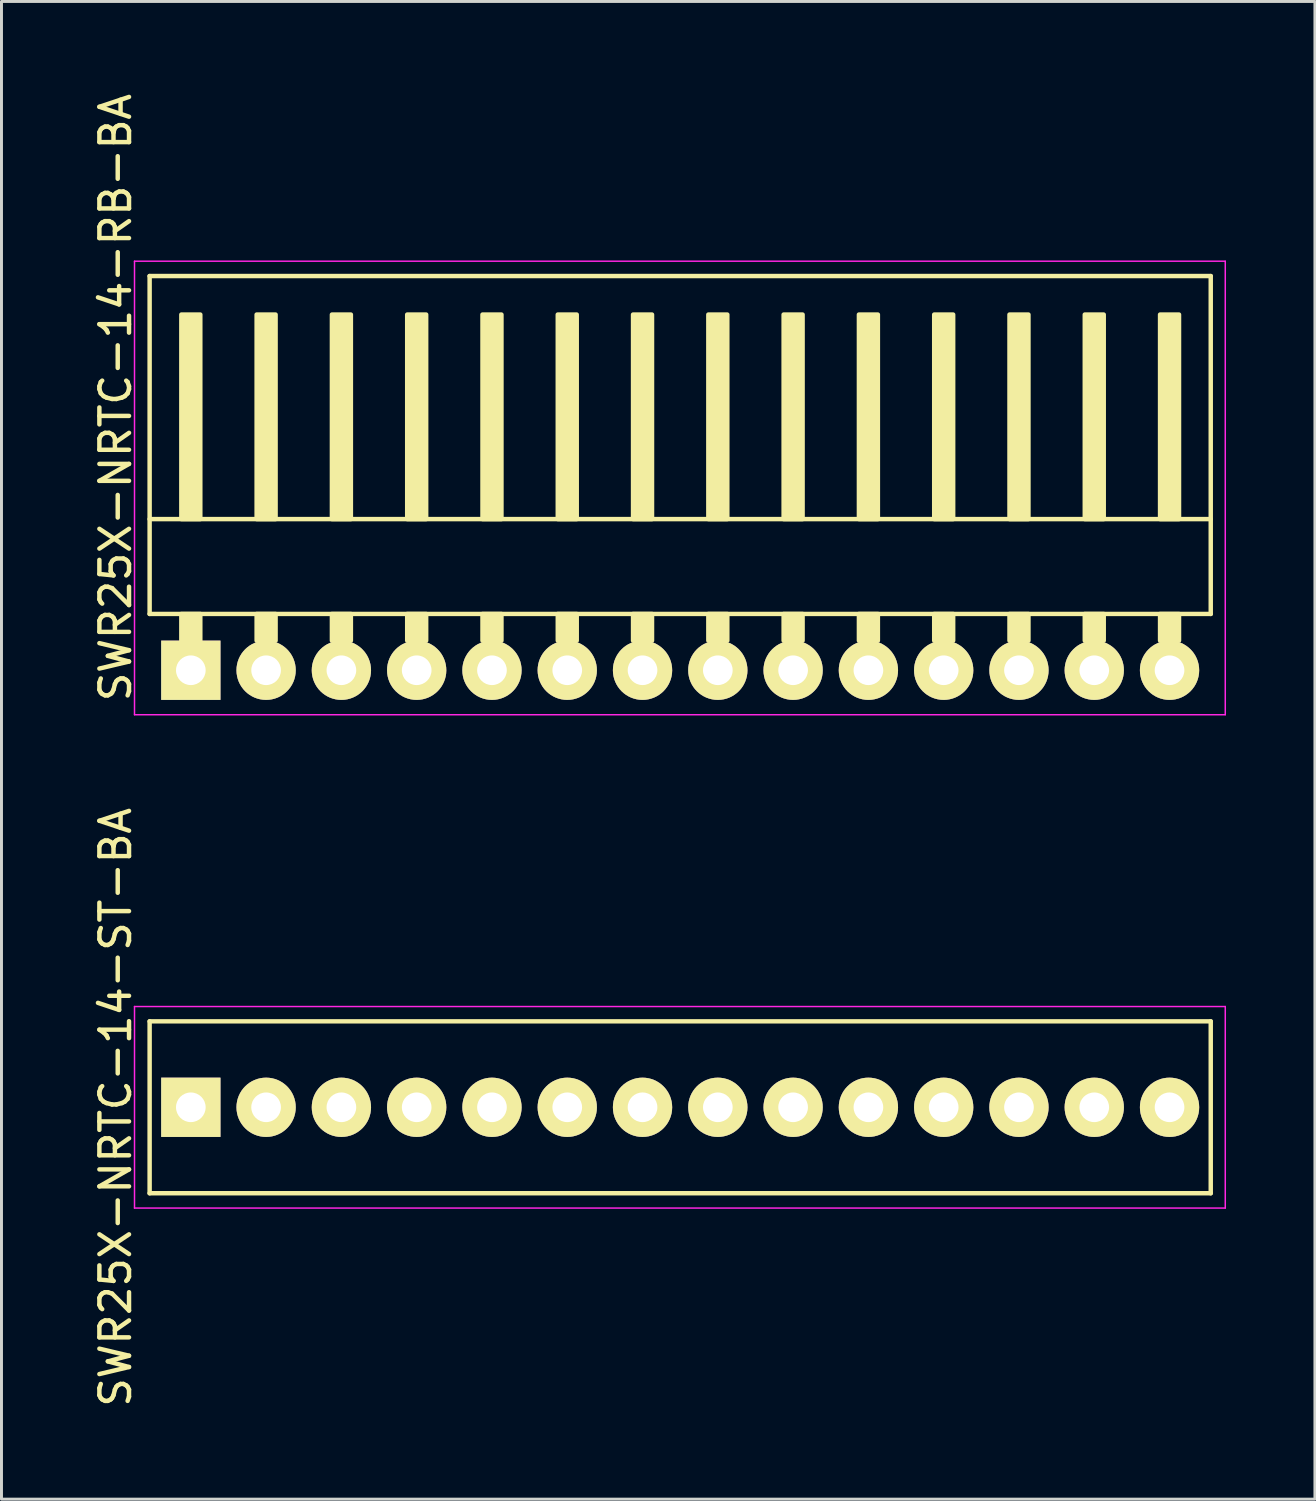
<source format=kicad_pcb>
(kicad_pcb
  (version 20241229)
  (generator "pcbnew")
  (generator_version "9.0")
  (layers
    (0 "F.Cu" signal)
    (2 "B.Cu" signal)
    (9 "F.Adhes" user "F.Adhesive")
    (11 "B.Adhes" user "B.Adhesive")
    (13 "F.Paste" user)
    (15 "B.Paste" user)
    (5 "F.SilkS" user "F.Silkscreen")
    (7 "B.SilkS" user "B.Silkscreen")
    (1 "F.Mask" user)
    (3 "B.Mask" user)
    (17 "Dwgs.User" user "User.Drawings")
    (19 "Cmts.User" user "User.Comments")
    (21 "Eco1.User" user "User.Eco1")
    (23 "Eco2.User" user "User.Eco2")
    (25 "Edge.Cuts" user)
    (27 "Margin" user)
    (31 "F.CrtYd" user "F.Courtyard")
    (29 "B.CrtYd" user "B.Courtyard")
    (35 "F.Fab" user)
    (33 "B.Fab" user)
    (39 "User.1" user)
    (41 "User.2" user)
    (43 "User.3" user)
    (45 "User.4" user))
  (footprint "SWR25X-NRTC-14-RB-BA"
    (layer "F.Cu")
    (at 3.388 19.563)
    (property "Reference" "SWR25X-NRTC-14-RB-BA" (at -2.54 -9.2 270) (layer "F.SilkS") (effects (font (size 1 1) (thickness 0.15))))
    (attr through_hole)
    (fp_line (start -1.39 -13.3) (end -1.39 -1.9) (stroke (width 0.15) (type solid)) (layer "F.SilkS"))
    (fp_line (start -1.39 -13.3) (end 34.41 -13.3) (stroke (width 0.15) (type solid)) (layer "F.SilkS"))
    (fp_line (start -1.39 -5.1) (end 34.41 -5.1) (stroke (width 0.15) (type solid)) (layer "F.SilkS"))
    (fp_line (start -1.39 -1.9) (end 34.41 -1.9) (stroke (width 0.15) (type solid)) (layer "F.SilkS"))
    (fp_line (start 34.41 -13.3) (end 34.41 -1.9) (stroke (width 0.15) (type solid)) (layer "F.SilkS"))
    (fp_poly (pts (xy 0.32 -5.1) (xy -0.32 -5.1) (xy -0.32 -12) (xy 0.32 -12)) (stroke (width 0.15) (type solid)) (fill yes) (layer "F.SilkS"))
    (fp_poly (pts (xy 0.32 -1.9) (xy -0.32 -1.9) (xy -0.32 -1) (xy 0.32 -1)) (stroke (width 0.15) (type solid)) (fill yes) (layer "F.SilkS"))
    (fp_poly (pts (xy 2.86 -5.1) (xy 2.22 -5.1) (xy 2.22 -12) (xy 2.86 -12)) (stroke (width 0.15) (type solid)) (fill yes) (layer "F.SilkS"))
    (fp_poly (pts (xy 2.86 -1.9) (xy 2.22 -1.9) (xy 2.22 -1) (xy 2.86 -1)) (stroke (width 0.15) (type solid)) (fill yes) (layer "F.SilkS"))
    (fp_poly (pts (xy 5.4 -5.1) (xy 4.76 -5.1) (xy 4.76 -12) (xy 5.4 -12)) (stroke (width 0.15) (type solid)) (fill yes) (layer "F.SilkS"))
    (fp_poly (pts (xy 5.4 -1.9) (xy 4.76 -1.9) (xy 4.76 -1) (xy 5.4 -1)) (stroke (width 0.15) (type solid)) (fill yes) (layer "F.SilkS"))
    (fp_poly (pts (xy 7.94 -5.1) (xy 7.3 -5.1) (xy 7.3 -12) (xy 7.94 -12)) (stroke (width 0.15) (type solid)) (fill yes) (layer "F.SilkS"))
    (fp_poly (pts (xy 7.94 -1.9) (xy 7.3 -1.9) (xy 7.3 -1) (xy 7.94 -1)) (stroke (width 0.15) (type solid)) (fill yes) (layer "F.SilkS"))
    (fp_poly (pts (xy 10.48 -5.1) (xy 9.84 -5.1) (xy 9.84 -12) (xy 10.48 -12)) (stroke (width 0.15) (type solid)) (fill yes) (layer "F.SilkS"))
    (fp_poly (pts (xy 10.48 -1.9) (xy 9.84 -1.9) (xy 9.84 -1) (xy 10.48 -1)) (stroke (width 0.15) (type solid)) (fill yes) (layer "F.SilkS"))
    (fp_poly (pts (xy 13.02 -5.1) (xy 12.38 -5.1) (xy 12.38 -12) (xy 13.02 -12)) (stroke (width 0.15) (type solid)) (fill yes) (layer "F.SilkS"))
    (fp_poly (pts (xy 13.02 -1.9) (xy 12.38 -1.9) (xy 12.38 -1) (xy 13.02 -1)) (stroke (width 0.15) (type solid)) (fill yes) (layer "F.SilkS"))
    (fp_poly (pts (xy 15.56 -5.1) (xy 14.92 -5.1) (xy 14.92 -12) (xy 15.56 -12)) (stroke (width 0.15) (type solid)) (fill yes) (layer "F.SilkS"))
    (fp_poly (pts (xy 15.56 -1.9) (xy 14.92 -1.9) (xy 14.92 -1) (xy 15.56 -1)) (stroke (width 0.15) (type solid)) (fill yes) (layer "F.SilkS"))
    (fp_poly (pts (xy 18.1 -5.1) (xy 17.46 -5.1) (xy 17.46 -12) (xy 18.1 -12)) (stroke (width 0.15) (type solid)) (fill yes) (layer "F.SilkS"))
    (fp_poly (pts (xy 18.1 -1.9) (xy 17.46 -1.9) (xy 17.46 -1) (xy 18.1 -1)) (stroke (width 0.15) (type solid)) (fill yes) (layer "F.SilkS"))
    (fp_poly (pts (xy 20.64 -5.1) (xy 20 -5.1) (xy 20 -12) (xy 20.64 -12)) (stroke (width 0.15) (type solid)) (fill yes) (layer "F.SilkS"))
    (fp_poly (pts (xy 20.64 -1.9) (xy 20 -1.9) (xy 20 -1) (xy 20.64 -1)) (stroke (width 0.15) (type solid)) (fill yes) (layer "F.SilkS"))
    (fp_poly (pts (xy 23.18 -5.1) (xy 22.54 -5.1) (xy 22.54 -12) (xy 23.18 -12)) (stroke (width 0.15) (type solid)) (fill yes) (layer "F.SilkS"))
    (fp_poly (pts (xy 23.18 -1.9) (xy 22.54 -1.9) (xy 22.54 -1) (xy 23.18 -1)) (stroke (width 0.15) (type solid)) (fill yes) (layer "F.SilkS"))
    (fp_poly (pts (xy 25.72 -5.1) (xy 25.08 -5.1) (xy 25.08 -12) (xy 25.72 -12)) (stroke (width 0.15) (type solid)) (fill yes) (layer "F.SilkS"))
    (fp_poly (pts (xy 25.72 -1.9) (xy 25.08 -1.9) (xy 25.08 -1) (xy 25.72 -1)) (stroke (width 0.15) (type solid)) (fill yes) (layer "F.SilkS"))
    (fp_poly (pts (xy 28.26 -5.1) (xy 27.62 -5.1) (xy 27.62 -12) (xy 28.26 -12)) (stroke (width 0.15) (type solid)) (fill yes) (layer "F.SilkS"))
    (fp_poly (pts (xy 28.26 -1.9) (xy 27.62 -1.9) (xy 27.62 -1) (xy 28.26 -1)) (stroke (width 0.15) (type solid)) (fill yes) (layer "F.SilkS"))
    (fp_poly (pts (xy 30.8 -5.1) (xy 30.16 -5.1) (xy 30.16 -12) (xy 30.8 -12)) (stroke (width 0.15) (type solid)) (fill yes) (layer "F.SilkS"))
    (fp_poly (pts (xy 30.8 -1.9) (xy 30.16 -1.9) (xy 30.16 -1) (xy 30.8 -1)) (stroke (width 0.15) (type solid)) (fill yes) (layer "F.SilkS"))
    (fp_poly (pts (xy 33.34 -5.1) (xy 32.7 -5.1) (xy 32.7 -12) (xy 33.34 -12)) (stroke (width 0.15) (type solid)) (fill yes) (layer "F.SilkS"))
    (fp_poly (pts (xy 33.34 -1.9) (xy 32.7 -1.9) (xy 32.7 -1) (xy 33.34 -1)) (stroke (width 0.15) (type solid)) (fill yes) (layer "F.SilkS"))
    (fp_line (start -1.9 -13.8) (end -1.9 1.5) (stroke (width 0.05) (type solid)) (layer "F.CrtYd"))
    (fp_line (start -1.9 -13.8) (end 34.9 -13.8) (stroke (width 0.05) (type solid)) (layer "F.CrtYd"))
    (fp_line (start -1.9 1.5) (end 34.9 1.5) (stroke (width 0.05) (type solid)) (layer "F.CrtYd"))
    (fp_line (start 34.9 -13.8) (end 34.9 1.5) (stroke (width 0.05) (type solid)) (layer "F.CrtYd"))
    (pad "1" thru_hole rect (at 0 0) (size 2 2) (drill 1) (layers "*.Cu" "*.Mask" "F.SilkS"))
    (pad "2" thru_hole circle (at 2.54 0) (size 2 2) (drill 1) (layers "*.Cu" "*.Mask" "F.SilkS"))
    (pad "3" thru_hole circle (at 5.08 0) (size 2 2) (drill 1) (layers "*.Cu" "*.Mask" "F.SilkS"))
    (pad "4" thru_hole circle (at 7.62 0) (size 2 2) (drill 1) (layers "*.Cu" "*.Mask" "F.SilkS"))
    (pad "5" thru_hole circle (at 10.16 0) (size 2 2) (drill 1) (layers "*.Cu" "*.Mask" "F.SilkS"))
    (pad "6" thru_hole circle (at 12.7 0) (size 2 2) (drill 1) (layers "*.Cu" "*.Mask" "F.SilkS"))
    (pad "7" thru_hole circle (at 15.24 0) (size 2 2) (drill 1) (layers "*.Cu" "*.Mask" "F.SilkS"))
    (pad "8" thru_hole circle (at 17.78 0) (size 2 2) (drill 1) (layers "*.Cu" "*.Mask" "F.SilkS"))
    (pad "9" thru_hole circle (at 20.32 0) (size 2 2) (drill 1) (layers "*.Cu" "*.Mask" "F.SilkS"))
    (pad "10" thru_hole circle (at 22.86 0) (size 2 2) (drill 1) (layers "*.Cu" "*.Mask" "F.SilkS"))
    (pad "11" thru_hole circle (at 25.4 0) (size 2 2) (drill 1) (layers "*.Cu" "*.Mask" "F.SilkS"))
    (pad "12" thru_hole circle (at 27.94 0) (size 2 2) (drill 1) (layers "*.Cu" "*.Mask" "F.SilkS"))
    (pad "13" thru_hole circle (at 30.48 0) (size 2 2) (drill 1) (layers "*.Cu" "*.Mask" "F.SilkS"))
    (pad "14" thru_hole circle (at 33.02 0) (size 2 2) (drill 1) (layers "*.Cu" "*.Mask" "F.SilkS")))
  (footprint "SWR25X-NRTC-14-ST-BA"
    (layer "F.Cu")
    (at 3.388 34.308)
    (property "Reference" "SWR25X-NRTC-14-ST-BA" (at -2.54 0 270) (layer "F.SilkS") (effects (font (size 1 1) (thickness 0.15))))
    (attr through_hole)
    (fp_line (start -1.39 -2.9) (end 34.41 -2.9) (stroke (width 0.15) (type solid)) (layer "F.SilkS"))
    (fp_line (start -1.39 2.9) (end -1.39 -2.9) (stroke (width 0.15) (type solid)) (layer "F.SilkS"))
    (fp_line (start -1.39 2.9) (end 34.41 2.9) (stroke (width 0.15) (type solid)) (layer "F.SilkS"))
    (fp_line (start 34.41 2.9) (end 34.41 -2.9) (stroke (width 0.15) (type solid)) (layer "F.SilkS"))
    (fp_line (start -1.9 -3.4) (end 34.9 -3.4) (stroke (width 0.05) (type solid)) (layer "F.CrtYd"))
    (fp_line (start -1.9 3.4) (end -1.9 -3.4) (stroke (width 0.05) (type solid)) (layer "F.CrtYd"))
    (fp_line (start -1.9 3.4) (end 34.9 3.4) (stroke (width 0.05) (type solid)) (layer "F.CrtYd"))
    (fp_line (start 34.9 3.4) (end 34.9 -3.4) (stroke (width 0.05) (type solid)) (layer "F.CrtYd"))
    (pad "1" thru_hole rect (at 0 0) (size 2 2) (drill 1) (layers "*.Cu" "*.Mask" "F.SilkS"))
    (pad "2" thru_hole circle (at 2.54 0) (size 2 2) (drill 1) (layers "*.Cu" "*.Mask" "F.SilkS"))
    (pad "3" thru_hole circle (at 5.08 0) (size 2 2) (drill 1) (layers "*.Cu" "*.Mask" "F.SilkS"))
    (pad "4" thru_hole circle (at 7.62 0) (size 2 2) (drill 1) (layers "*.Cu" "*.Mask" "F.SilkS"))
    (pad "5" thru_hole circle (at 10.16 0) (size 2 2) (drill 1) (layers "*.Cu" "*.Mask" "F.SilkS"))
    (pad "6" thru_hole circle (at 12.7 0) (size 2 2) (drill 1) (layers "*.Cu" "*.Mask" "F.SilkS"))
    (pad "7" thru_hole circle (at 15.24 0) (size 2 2) (drill 1) (layers "*.Cu" "*.Mask" "F.SilkS"))
    (pad "8" thru_hole circle (at 17.78 0) (size 2 2) (drill 1) (layers "*.Cu" "*.Mask" "F.SilkS"))
    (pad "9" thru_hole circle (at 20.32 0) (size 2 2) (drill 1) (layers "*.Cu" "*.Mask" "F.SilkS"))
    (pad "10" thru_hole circle (at 22.86 0) (size 2 2) (drill 1) (layers "*.Cu" "*.Mask" "F.SilkS"))
    (pad "11" thru_hole circle (at 25.4 0) (size 2 2) (drill 1) (layers "*.Cu" "*.Mask" "F.SilkS"))
    (pad "12" thru_hole circle (at 27.94 0) (size 2 2) (drill 1) (layers "*.Cu" "*.Mask" "F.SilkS"))
    (pad "13" thru_hole circle (at 30.48 0) (size 2 2) (drill 1) (layers "*.Cu" "*.Mask" "F.SilkS"))
    (pad "14" thru_hole circle (at 33.02 0) (size 2 2) (drill 1) (layers "*.Cu" "*.Mask" "F.SilkS")))
  (gr_rect
    (start -3 -3)
    (end 41.313 47.529)
    (stroke (width 0.1) (type default))
    (fill no)
    (layer "Edge.Cuts")))
</source>
